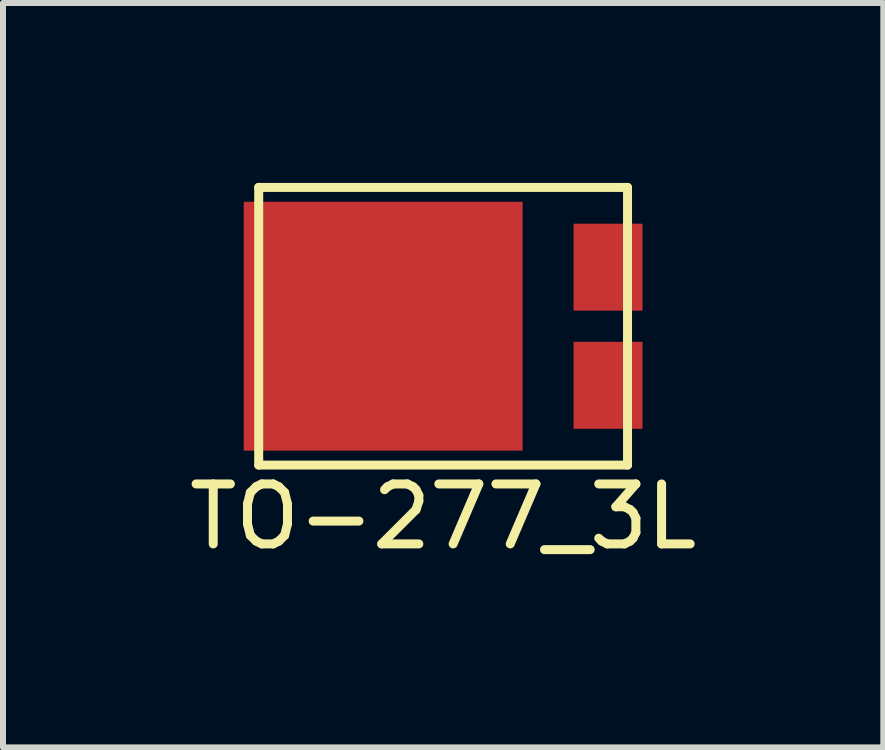
<source format=kicad_pcb>
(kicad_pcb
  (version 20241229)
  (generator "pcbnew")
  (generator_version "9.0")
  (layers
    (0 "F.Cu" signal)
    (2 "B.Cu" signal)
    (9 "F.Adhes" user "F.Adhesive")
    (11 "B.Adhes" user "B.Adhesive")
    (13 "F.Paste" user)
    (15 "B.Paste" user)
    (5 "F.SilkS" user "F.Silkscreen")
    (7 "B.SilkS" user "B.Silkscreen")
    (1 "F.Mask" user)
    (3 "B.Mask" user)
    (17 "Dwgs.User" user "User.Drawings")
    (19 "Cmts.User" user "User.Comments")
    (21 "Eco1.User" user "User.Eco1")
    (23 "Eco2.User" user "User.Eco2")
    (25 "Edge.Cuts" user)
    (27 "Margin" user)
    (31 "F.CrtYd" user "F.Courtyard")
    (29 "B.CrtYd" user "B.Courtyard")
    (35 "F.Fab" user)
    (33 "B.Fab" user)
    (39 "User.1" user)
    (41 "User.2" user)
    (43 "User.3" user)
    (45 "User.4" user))
  (footprint "TO-277_3L"
    (layer "F.Cu")
    (at 4.339 2.39)
    (property "Reference" "TO-277_3L" (at 0 3.175 0) (layer "F.SilkS") (effects (font (size 1 1) (thickness 0.15))))
    (attr through_hole)
    (fp_line (start -3.075 -2.315) (end 3.075 -2.315) (stroke (width 0.15) (type solid)) (layer "F.SilkS"))
    (fp_line (start -3.075 2.315) (end -3.075 -2.315) (stroke (width 0.15) (type solid)) (layer "F.SilkS"))
    (fp_line (start 3.075 -2.315) (end 3.075 2.315) (stroke (width 0.15) (type solid)) (layer "F.SilkS"))
    (fp_line (start 3.075 2.315) (end -3.075 2.315) (stroke (width 0.15) (type solid)) (layer "F.SilkS"))
    (pad "1" smd rect (at -1 0) (size 4.65 4.15) (layers "F.Cu" "F.Mask" "F.Paste"))
    (pad "2" smd rect (at 2.75 -0.985) (size 1.15 1.45) (layers "F.Cu" "F.Mask" "F.Paste"))
    (pad "2" smd rect (at 2.75 0.985) (size 1.15 1.45) (layers "F.Cu" "F.Mask" "F.Paste")))
  (gr_rect
    (start -3 -3)
    (end 11.679 9.413)
    (stroke (width 0.1) (type default))
    (fill no)
    (layer "Edge.Cuts")))
</source>
